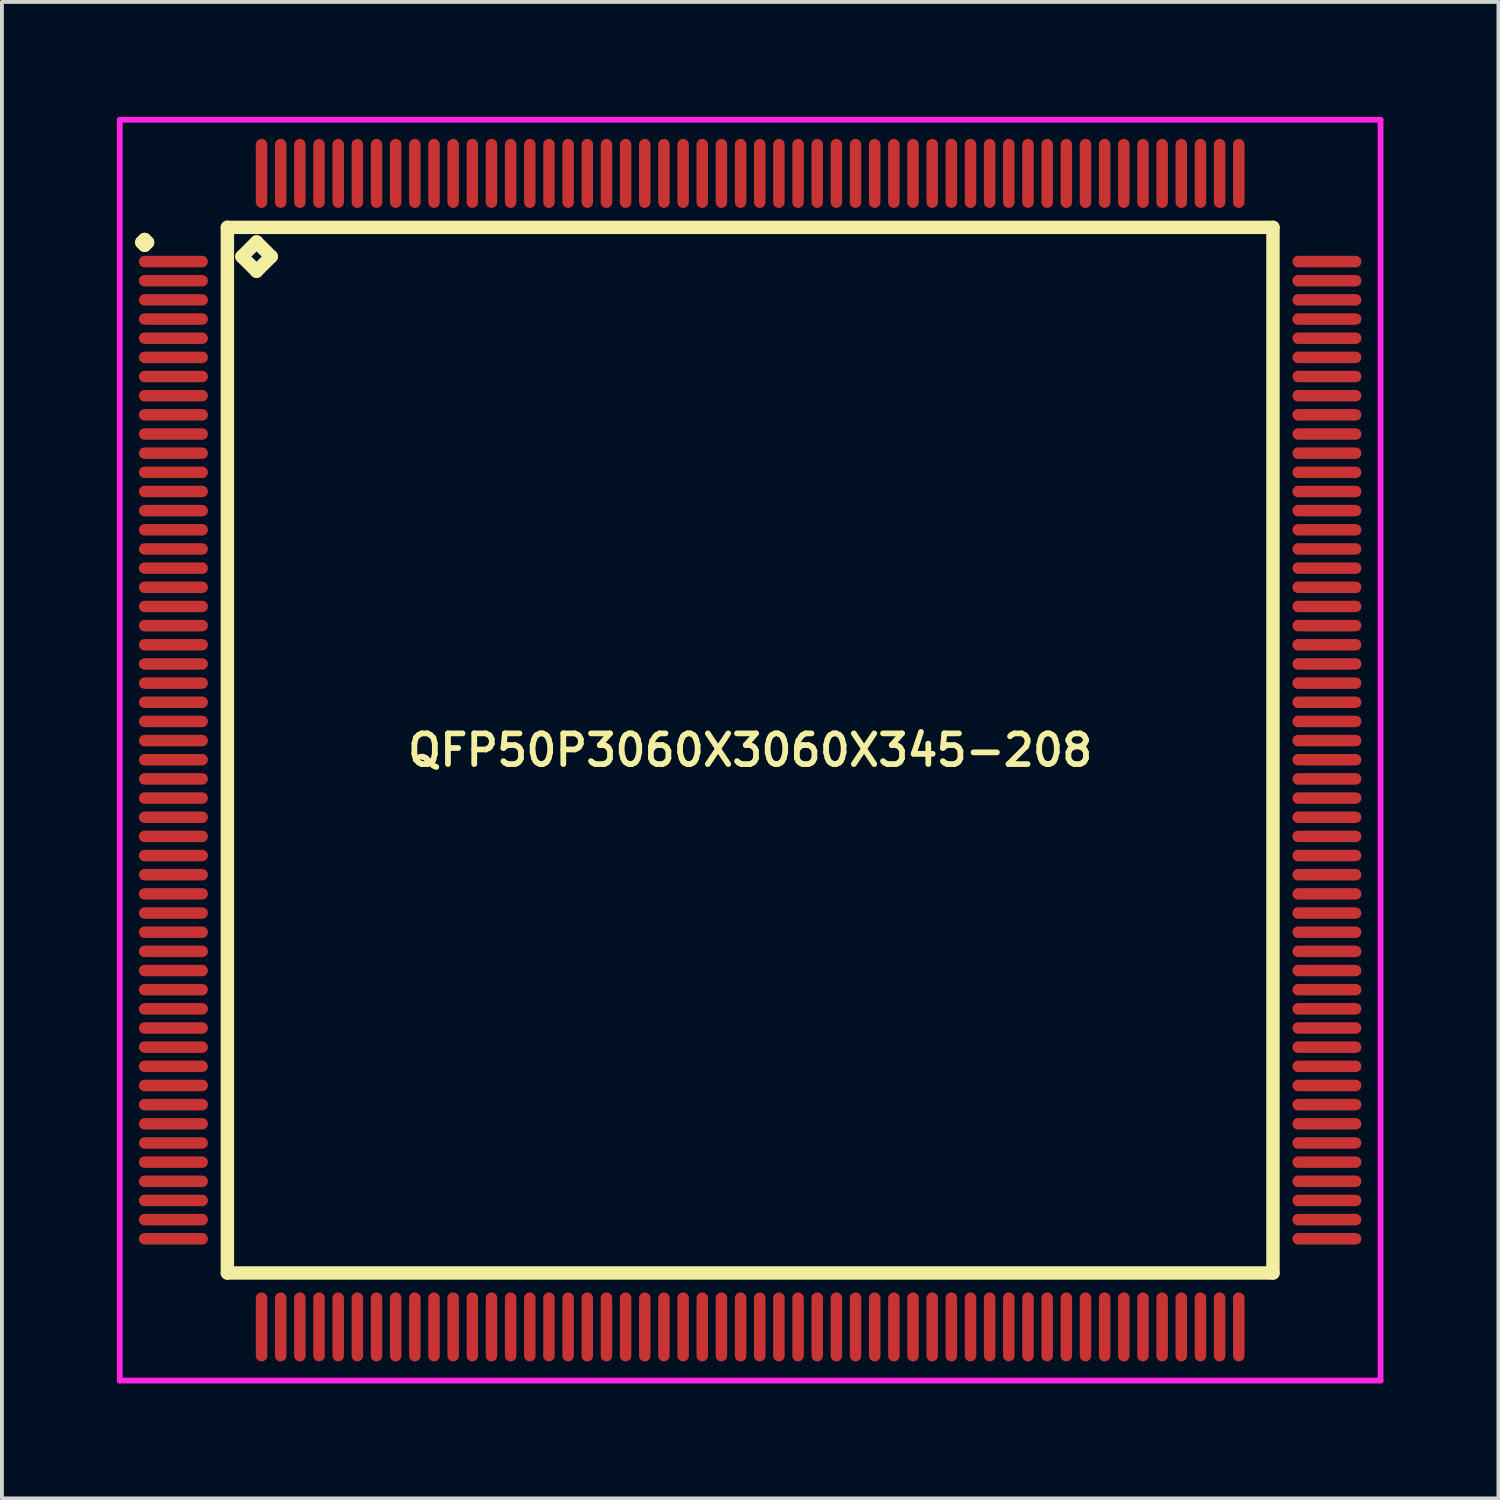
<source format=kicad_pcb>
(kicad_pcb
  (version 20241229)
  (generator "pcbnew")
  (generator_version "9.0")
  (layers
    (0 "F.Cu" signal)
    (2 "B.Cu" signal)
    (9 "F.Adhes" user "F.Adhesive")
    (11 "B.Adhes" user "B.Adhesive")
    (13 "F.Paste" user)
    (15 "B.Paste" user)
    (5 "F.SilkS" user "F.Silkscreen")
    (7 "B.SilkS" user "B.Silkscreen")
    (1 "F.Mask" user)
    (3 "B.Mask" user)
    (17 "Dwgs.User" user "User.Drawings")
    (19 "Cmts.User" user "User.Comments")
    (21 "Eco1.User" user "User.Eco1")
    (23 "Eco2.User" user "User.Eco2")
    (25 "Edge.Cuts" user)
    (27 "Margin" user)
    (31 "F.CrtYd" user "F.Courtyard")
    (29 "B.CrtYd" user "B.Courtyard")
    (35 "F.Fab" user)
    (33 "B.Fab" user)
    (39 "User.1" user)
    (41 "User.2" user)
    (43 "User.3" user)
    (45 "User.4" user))
  (footprint "QFP50P3060X3060X345-208"
    (layer "F.Cu")
    (at 16.525 16.525)
    (property "Reference" "QFP50P3060X3060X345-208" (at 0 0 0) (layer "F.SilkS") (effects (font (size 0.8 0.8) (thickness 0.15))))
    (attr through_hole)
    (fp_line (start -15.875 -13.25) (end -15.8 -13.325) (stroke (width 0.35) (type solid)) (layer "F.SilkS"))
    (fp_line (start -15.8 -13.325) (end -15.725 -13.25) (stroke (width 0.35) (type solid)) (layer "F.SilkS"))
    (fp_line (start -15.8 -13.175) (end -15.875 -13.25) (stroke (width 0.35) (type solid)) (layer "F.SilkS"))
    (fp_line (start -15.725 -13.25) (end -15.8 -13.175) (stroke (width 0.35) (type solid)) (layer "F.SilkS"))
    (fp_line (start -13.642 -13.642) (end -13.642 13.642) (stroke (width 0.35) (type solid)) (layer "F.SilkS"))
    (fp_line (start -13.642 13.642) (end 13.642 13.642) (stroke (width 0.35) (type solid)) (layer "F.SilkS"))
    (fp_line (start -13.261 -12.88) (end -12.88 -13.261) (stroke (width 0.35) (type solid)) (layer "F.SilkS"))
    (fp_line (start -12.88 -13.261) (end -12.499 -12.88) (stroke (width 0.35) (type solid)) (layer "F.SilkS"))
    (fp_line (start -12.88 -12.499) (end -13.261 -12.88) (stroke (width 0.35) (type solid)) (layer "F.SilkS"))
    (fp_line (start -12.499 -12.88) (end -12.88 -12.499) (stroke (width 0.35) (type solid)) (layer "F.SilkS"))
    (fp_line (start 13.642 -13.642) (end -13.642 -13.642) (stroke (width 0.35) (type solid)) (layer "F.SilkS"))
    (fp_line (start 13.642 13.642) (end 13.642 -13.642) (stroke (width 0.35) (type solid)) (layer "F.SilkS"))
    (fp_line (start -16.45 -16.45) (end 16.45 -16.45) (stroke (width 0.15) (type solid)) (layer "F.CrtYd"))
    (fp_line (start -16.45 16.45) (end -16.45 -16.45) (stroke (width 0.15) (type solid)) (layer "F.CrtYd"))
    (fp_line (start 16.45 -16.45) (end 16.45 16.45) (stroke (width 0.15) (type solid)) (layer "F.CrtYd"))
    (fp_line (start 16.45 16.45) (end -16.45 16.45) (stroke (width 0.15) (type solid)) (layer "F.CrtYd"))
    (pad "1" smd oval (at -15.05 -12.75) (size 1.8 0.3) (layers "F.Cu" "F.Mask" "F.Paste"))
    (pad "2" smd oval (at -15.05 -12.25) (size 1.8 0.3) (layers "F.Cu" "F.Mask" "F.Paste"))
    (pad "3" smd oval (at -15.05 -11.75) (size 1.8 0.3) (layers "F.Cu" "F.Mask" "F.Paste"))
    (pad "4" smd oval (at -15.05 -11.25) (size 1.8 0.3) (layers "F.Cu" "F.Mask" "F.Paste"))
    (pad "5" smd oval (at -15.05 -10.75) (size 1.8 0.3) (layers "F.Cu" "F.Mask" "F.Paste"))
    (pad "6" smd oval (at -15.05 -10.25) (size 1.8 0.3) (layers "F.Cu" "F.Mask" "F.Paste"))
    (pad "7" smd oval (at -15.05 -9.75) (size 1.8 0.3) (layers "F.Cu" "F.Mask" "F.Paste"))
    (pad "8" smd oval (at -15.05 -9.25) (size 1.8 0.3) (layers "F.Cu" "F.Mask" "F.Paste"))
    (pad "9" smd oval (at -15.05 -8.75) (size 1.8 0.3) (layers "F.Cu" "F.Mask" "F.Paste"))
    (pad "10" smd oval (at -15.05 -8.25) (size 1.8 0.3) (layers "F.Cu" "F.Mask" "F.Paste"))
    (pad "11" smd oval (at -15.05 -7.75) (size 1.8 0.3) (layers "F.Cu" "F.Mask" "F.Paste"))
    (pad "12" smd oval (at -15.05 -7.25) (size 1.8 0.3) (layers "F.Cu" "F.Mask" "F.Paste"))
    (pad "13" smd oval (at -15.05 -6.75) (size 1.8 0.3) (layers "F.Cu" "F.Mask" "F.Paste"))
    (pad "14" smd oval (at -15.05 -6.25) (size 1.8 0.3) (layers "F.Cu" "F.Mask" "F.Paste"))
    (pad "15" smd oval (at -15.05 -5.75) (size 1.8 0.3) (layers "F.Cu" "F.Mask" "F.Paste"))
    (pad "16" smd oval (at -15.05 -5.25) (size 1.8 0.3) (layers "F.Cu" "F.Mask" "F.Paste"))
    (pad "17" smd oval (at -15.05 -4.75) (size 1.8 0.3) (layers "F.Cu" "F.Mask" "F.Paste"))
    (pad "18" smd oval (at -15.05 -4.25) (size 1.8 0.3) (layers "F.Cu" "F.Mask" "F.Paste"))
    (pad "19" smd oval (at -15.05 -3.75) (size 1.8 0.3) (layers "F.Cu" "F.Mask" "F.Paste"))
    (pad "20" smd oval (at -15.05 -3.25) (size 1.8 0.3) (layers "F.Cu" "F.Mask" "F.Paste"))
    (pad "21" smd oval (at -15.05 -2.75) (size 1.8 0.3) (layers "F.Cu" "F.Mask" "F.Paste"))
    (pad "22" smd oval (at -15.05 -2.25) (size 1.8 0.3) (layers "F.Cu" "F.Mask" "F.Paste"))
    (pad "23" smd oval (at -15.05 -1.75) (size 1.8 0.3) (layers "F.Cu" "F.Mask" "F.Paste"))
    (pad "24" smd oval (at -15.05 -1.25) (size 1.8 0.3) (layers "F.Cu" "F.Mask" "F.Paste"))
    (pad "25" smd oval (at -15.05 -0.75) (size 1.8 0.3) (layers "F.Cu" "F.Mask" "F.Paste"))
    (pad "26" smd oval (at -15.05 -0.25) (size 1.8 0.3) (layers "F.Cu" "F.Mask" "F.Paste"))
    (pad "27" smd oval (at -15.05 0.25) (size 1.8 0.3) (layers "F.Cu" "F.Mask" "F.Paste"))
    (pad "28" smd oval (at -15.05 0.75) (size 1.8 0.3) (layers "F.Cu" "F.Mask" "F.Paste"))
    (pad "29" smd oval (at -15.05 1.25) (size 1.8 0.3) (layers "F.Cu" "F.Mask" "F.Paste"))
    (pad "30" smd oval (at -15.05 1.75) (size 1.8 0.3) (layers "F.Cu" "F.Mask" "F.Paste"))
    (pad "31" smd oval (at -15.05 2.25) (size 1.8 0.3) (layers "F.Cu" "F.Mask" "F.Paste"))
    (pad "32" smd oval (at -15.05 2.75) (size 1.8 0.3) (layers "F.Cu" "F.Mask" "F.Paste"))
    (pad "33" smd oval (at -15.05 3.25) (size 1.8 0.3) (layers "F.Cu" "F.Mask" "F.Paste"))
    (pad "34" smd oval (at -15.05 3.75) (size 1.8 0.3) (layers "F.Cu" "F.Mask" "F.Paste"))
    (pad "35" smd oval (at -15.05 4.25) (size 1.8 0.3) (layers "F.Cu" "F.Mask" "F.Paste"))
    (pad "36" smd oval (at -15.05 4.75) (size 1.8 0.3) (layers "F.Cu" "F.Mask" "F.Paste"))
    (pad "37" smd oval (at -15.05 5.25) (size 1.8 0.3) (layers "F.Cu" "F.Mask" "F.Paste"))
    (pad "38" smd oval (at -15.05 5.75) (size 1.8 0.3) (layers "F.Cu" "F.Mask" "F.Paste"))
    (pad "39" smd oval (at -15.05 6.25) (size 1.8 0.3) (layers "F.Cu" "F.Mask" "F.Paste"))
    (pad "40" smd oval (at -15.05 6.75) (size 1.8 0.3) (layers "F.Cu" "F.Mask" "F.Paste"))
    (pad "41" smd oval (at -15.05 7.25) (size 1.8 0.3) (layers "F.Cu" "F.Mask" "F.Paste"))
    (pad "42" smd oval (at -15.05 7.75) (size 1.8 0.3) (layers "F.Cu" "F.Mask" "F.Paste"))
    (pad "43" smd oval (at -15.05 8.25) (size 1.8 0.3) (layers "F.Cu" "F.Mask" "F.Paste"))
    (pad "44" smd oval (at -15.05 8.75) (size 1.8 0.3) (layers "F.Cu" "F.Mask" "F.Paste"))
    (pad "45" smd oval (at -15.05 9.25) (size 1.8 0.3) (layers "F.Cu" "F.Mask" "F.Paste"))
    (pad "46" smd oval (at -15.05 9.75) (size 1.8 0.3) (layers "F.Cu" "F.Mask" "F.Paste"))
    (pad "47" smd oval (at -15.05 10.25) (size 1.8 0.3) (layers "F.Cu" "F.Mask" "F.Paste"))
    (pad "48" smd oval (at -15.05 10.75) (size 1.8 0.3) (layers "F.Cu" "F.Mask" "F.Paste"))
    (pad "49" smd oval (at -15.05 11.25) (size 1.8 0.3) (layers "F.Cu" "F.Mask" "F.Paste"))
    (pad "50" smd oval (at -15.05 11.75) (size 1.8 0.3) (layers "F.Cu" "F.Mask" "F.Paste"))
    (pad "51" smd oval (at -15.05 12.25) (size 1.8 0.3) (layers "F.Cu" "F.Mask" "F.Paste"))
    (pad "52" smd oval (at -15.05 12.75) (size 1.8 0.3) (layers "F.Cu" "F.Mask" "F.Paste"))
    (pad "53" smd oval (at -12.75 15.05) (size 0.3 1.8) (layers "F.Cu" "F.Mask" "F.Paste"))
    (pad "54" smd oval (at -12.25 15.05) (size 0.3 1.8) (layers "F.Cu" "F.Mask" "F.Paste"))
    (pad "55" smd oval (at -11.75 15.05) (size 0.3 1.8) (layers "F.Cu" "F.Mask" "F.Paste"))
    (pad "56" smd oval (at -11.25 15.05) (size 0.3 1.8) (layers "F.Cu" "F.Mask" "F.Paste"))
    (pad "57" smd oval (at -10.75 15.05) (size 0.3 1.8) (layers "F.Cu" "F.Mask" "F.Paste"))
    (pad "58" smd oval (at -10.25 15.05) (size 0.3 1.8) (layers "F.Cu" "F.Mask" "F.Paste"))
    (pad "59" smd oval (at -9.75 15.05) (size 0.3 1.8) (layers "F.Cu" "F.Mask" "F.Paste"))
    (pad "60" smd oval (at -9.25 15.05) (size 0.3 1.8) (layers "F.Cu" "F.Mask" "F.Paste"))
    (pad "61" smd oval (at -8.75 15.05) (size 0.3 1.8) (layers "F.Cu" "F.Mask" "F.Paste"))
    (pad "62" smd oval (at -8.25 15.05) (size 0.3 1.8) (layers "F.Cu" "F.Mask" "F.Paste"))
    (pad "63" smd oval (at -7.75 15.05) (size 0.3 1.8) (layers "F.Cu" "F.Mask" "F.Paste"))
    (pad "64" smd oval (at -7.25 15.05) (size 0.3 1.8) (layers "F.Cu" "F.Mask" "F.Paste"))
    (pad "65" smd oval (at -6.75 15.05) (size 0.3 1.8) (layers "F.Cu" "F.Mask" "F.Paste"))
    (pad "66" smd oval (at -6.25 15.05) (size 0.3 1.8) (layers "F.Cu" "F.Mask" "F.Paste"))
    (pad "67" smd oval (at -5.75 15.05) (size 0.3 1.8) (layers "F.Cu" "F.Mask" "F.Paste"))
    (pad "68" smd oval (at -5.25 15.05) (size 0.3 1.8) (layers "F.Cu" "F.Mask" "F.Paste"))
    (pad "69" smd oval (at -4.75 15.05) (size 0.3 1.8) (layers "F.Cu" "F.Mask" "F.Paste"))
    (pad "70" smd oval (at -4.25 15.05) (size 0.3 1.8) (layers "F.Cu" "F.Mask" "F.Paste"))
    (pad "71" smd oval (at -3.75 15.05) (size 0.3 1.8) (layers "F.Cu" "F.Mask" "F.Paste"))
    (pad "72" smd oval (at -3.25 15.05) (size 0.3 1.8) (layers "F.Cu" "F.Mask" "F.Paste"))
    (pad "73" smd oval (at -2.75 15.05) (size 0.3 1.8) (layers "F.Cu" "F.Mask" "F.Paste"))
    (pad "74" smd oval (at -2.25 15.05) (size 0.3 1.8) (layers "F.Cu" "F.Mask" "F.Paste"))
    (pad "75" smd oval (at -1.75 15.05) (size 0.3 1.8) (layers "F.Cu" "F.Mask" "F.Paste"))
    (pad "76" smd oval (at -1.25 15.05) (size 0.3 1.8) (layers "F.Cu" "F.Mask" "F.Paste"))
    (pad "77" smd oval (at -0.75 15.05) (size 0.3 1.8) (layers "F.Cu" "F.Mask" "F.Paste"))
    (pad "78" smd oval (at -0.25 15.05) (size 0.3 1.8) (layers "F.Cu" "F.Mask" "F.Paste"))
    (pad "79" smd oval (at 0.25 15.05) (size 0.3 1.8) (layers "F.Cu" "F.Mask" "F.Paste"))
    (pad "80" smd oval (at 0.75 15.05) (size 0.3 1.8) (layers "F.Cu" "F.Mask" "F.Paste"))
    (pad "81" smd oval (at 1.25 15.05) (size 0.3 1.8) (layers "F.Cu" "F.Mask" "F.Paste"))
    (pad "82" smd oval (at 1.75 15.05) (size 0.3 1.8) (layers "F.Cu" "F.Mask" "F.Paste"))
    (pad "83" smd oval (at 2.25 15.05) (size 0.3 1.8) (layers "F.Cu" "F.Mask" "F.Paste"))
    (pad "84" smd oval (at 2.75 15.05) (size 0.3 1.8) (layers "F.Cu" "F.Mask" "F.Paste"))
    (pad "85" smd oval (at 3.25 15.05) (size 0.3 1.8) (layers "F.Cu" "F.Mask" "F.Paste"))
    (pad "86" smd oval (at 3.75 15.05) (size 0.3 1.8) (layers "F.Cu" "F.Mask" "F.Paste"))
    (pad "87" smd oval (at 4.25 15.05) (size 0.3 1.8) (layers "F.Cu" "F.Mask" "F.Paste"))
    (pad "88" smd oval (at 4.75 15.05) (size 0.3 1.8) (layers "F.Cu" "F.Mask" "F.Paste"))
    (pad "89" smd oval (at 5.25 15.05) (size 0.3 1.8) (layers "F.Cu" "F.Mask" "F.Paste"))
    (pad "90" smd oval (at 5.75 15.05) (size 0.3 1.8) (layers "F.Cu" "F.Mask" "F.Paste"))
    (pad "91" smd oval (at 6.25 15.05) (size 0.3 1.8) (layers "F.Cu" "F.Mask" "F.Paste"))
    (pad "92" smd oval (at 6.75 15.05) (size 0.3 1.8) (layers "F.Cu" "F.Mask" "F.Paste"))
    (pad "93" smd oval (at 7.25 15.05) (size 0.3 1.8) (layers "F.Cu" "F.Mask" "F.Paste"))
    (pad "94" smd oval (at 7.75 15.05) (size 0.3 1.8) (layers "F.Cu" "F.Mask" "F.Paste"))
    (pad "95" smd oval (at 8.25 15.05) (size 0.3 1.8) (layers "F.Cu" "F.Mask" "F.Paste"))
    (pad "96" smd oval (at 8.75 15.05) (size 0.3 1.8) (layers "F.Cu" "F.Mask" "F.Paste"))
    (pad "97" smd oval (at 9.25 15.05) (size 0.3 1.8) (layers "F.Cu" "F.Mask" "F.Paste"))
    (pad "98" smd oval (at 9.75 15.05) (size 0.3 1.8) (layers "F.Cu" "F.Mask" "F.Paste"))
    (pad "99" smd oval (at 10.25 15.05) (size 0.3 1.8) (layers "F.Cu" "F.Mask" "F.Paste"))
    (pad "100" smd oval (at 10.75 15.05) (size 0.3 1.8) (layers "F.Cu" "F.Mask" "F.Paste"))
    (pad "101" smd oval (at 11.25 15.05) (size 0.3 1.8) (layers "F.Cu" "F.Mask" "F.Paste"))
    (pad "102" smd oval (at 11.75 15.05) (size 0.3 1.8) (layers "F.Cu" "F.Mask" "F.Paste"))
    (pad "103" smd oval (at 12.25 15.05) (size 0.3 1.8) (layers "F.Cu" "F.Mask" "F.Paste"))
    (pad "104" smd oval (at 12.75 15.05) (size 0.3 1.8) (layers "F.Cu" "F.Mask" "F.Paste"))
    (pad "105" smd oval (at 15.05 12.75) (size 1.8 0.3) (layers "F.Cu" "F.Mask" "F.Paste"))
    (pad "106" smd oval (at 15.05 12.25) (size 1.8 0.3) (layers "F.Cu" "F.Mask" "F.Paste"))
    (pad "107" smd oval (at 15.05 11.75) (size 1.8 0.3) (layers "F.Cu" "F.Mask" "F.Paste"))
    (pad "108" smd oval (at 15.05 11.25) (size 1.8 0.3) (layers "F.Cu" "F.Mask" "F.Paste"))
    (pad "109" smd oval (at 15.05 10.75) (size 1.8 0.3) (layers "F.Cu" "F.Mask" "F.Paste"))
    (pad "110" smd oval (at 15.05 10.25) (size 1.8 0.3) (layers "F.Cu" "F.Mask" "F.Paste"))
    (pad "111" smd oval (at 15.05 9.75) (size 1.8 0.3) (layers "F.Cu" "F.Mask" "F.Paste"))
    (pad "112" smd oval (at 15.05 9.25) (size 1.8 0.3) (layers "F.Cu" "F.Mask" "F.Paste"))
    (pad "113" smd oval (at 15.05 8.75) (size 1.8 0.3) (layers "F.Cu" "F.Mask" "F.Paste"))
    (pad "114" smd oval (at 15.05 8.25) (size 1.8 0.3) (layers "F.Cu" "F.Mask" "F.Paste"))
    (pad "115" smd oval (at 15.05 7.75) (size 1.8 0.3) (layers "F.Cu" "F.Mask" "F.Paste"))
    (pad "116" smd oval (at 15.05 7.25) (size 1.8 0.3) (layers "F.Cu" "F.Mask" "F.Paste"))
    (pad "117" smd oval (at 15.05 6.75) (size 1.8 0.3) (layers "F.Cu" "F.Mask" "F.Paste"))
    (pad "118" smd oval (at 15.05 6.25) (size 1.8 0.3) (layers "F.Cu" "F.Mask" "F.Paste"))
    (pad "119" smd oval (at 15.05 5.75) (size 1.8 0.3) (layers "F.Cu" "F.Mask" "F.Paste"))
    (pad "120" smd oval (at 15.05 5.25) (size 1.8 0.3) (layers "F.Cu" "F.Mask" "F.Paste"))
    (pad "121" smd oval (at 15.05 4.75) (size 1.8 0.3) (layers "F.Cu" "F.Mask" "F.Paste"))
    (pad "122" smd oval (at 15.05 4.25) (size 1.8 0.3) (layers "F.Cu" "F.Mask" "F.Paste"))
    (pad "123" smd oval (at 15.05 3.75) (size 1.8 0.3) (layers "F.Cu" "F.Mask" "F.Paste"))
    (pad "124" smd oval (at 15.05 3.25) (size 1.8 0.3) (layers "F.Cu" "F.Mask" "F.Paste"))
    (pad "125" smd oval (at 15.05 2.75) (size 1.8 0.3) (layers "F.Cu" "F.Mask" "F.Paste"))
    (pad "126" smd oval (at 15.05 2.25) (size 1.8 0.3) (layers "F.Cu" "F.Mask" "F.Paste"))
    (pad "127" smd oval (at 15.05 1.75) (size 1.8 0.3) (layers "F.Cu" "F.Mask" "F.Paste"))
    (pad "128" smd oval (at 15.05 1.25) (size 1.8 0.3) (layers "F.Cu" "F.Mask" "F.Paste"))
    (pad "129" smd oval (at 15.05 0.75) (size 1.8 0.3) (layers "F.Cu" "F.Mask" "F.Paste"))
    (pad "130" smd oval (at 15.05 0.25) (size 1.8 0.3) (layers "F.Cu" "F.Mask" "F.Paste"))
    (pad "131" smd oval (at 15.05 -0.25) (size 1.8 0.3) (layers "F.Cu" "F.Mask" "F.Paste"))
    (pad "132" smd oval (at 15.05 -0.75) (size 1.8 0.3) (layers "F.Cu" "F.Mask" "F.Paste"))
    (pad "133" smd oval (at 15.05 -1.25) (size 1.8 0.3) (layers "F.Cu" "F.Mask" "F.Paste"))
    (pad "134" smd oval (at 15.05 -1.75) (size 1.8 0.3) (layers "F.Cu" "F.Mask" "F.Paste"))
    (pad "135" smd oval (at 15.05 -2.25) (size 1.8 0.3) (layers "F.Cu" "F.Mask" "F.Paste"))
    (pad "136" smd oval (at 15.05 -2.75) (size 1.8 0.3) (layers "F.Cu" "F.Mask" "F.Paste"))
    (pad "137" smd oval (at 15.05 -3.25) (size 1.8 0.3) (layers "F.Cu" "F.Mask" "F.Paste"))
    (pad "138" smd oval (at 15.05 -3.75) (size 1.8 0.3) (layers "F.Cu" "F.Mask" "F.Paste"))
    (pad "139" smd oval (at 15.05 -4.25) (size 1.8 0.3) (layers "F.Cu" "F.Mask" "F.Paste"))
    (pad "140" smd oval (at 15.05 -4.75) (size 1.8 0.3) (layers "F.Cu" "F.Mask" "F.Paste"))
    (pad "141" smd oval (at 15.05 -5.25) (size 1.8 0.3) (layers "F.Cu" "F.Mask" "F.Paste"))
    (pad "142" smd oval (at 15.05 -5.75) (size 1.8 0.3) (layers "F.Cu" "F.Mask" "F.Paste"))
    (pad "143" smd oval (at 15.05 -6.25) (size 1.8 0.3) (layers "F.Cu" "F.Mask" "F.Paste"))
    (pad "144" smd oval (at 15.05 -6.75) (size 1.8 0.3) (layers "F.Cu" "F.Mask" "F.Paste"))
    (pad "145" smd oval (at 15.05 -7.25) (size 1.8 0.3) (layers "F.Cu" "F.Mask" "F.Paste"))
    (pad "146" smd oval (at 15.05 -7.75) (size 1.8 0.3) (layers "F.Cu" "F.Mask" "F.Paste"))
    (pad "147" smd oval (at 15.05 -8.25) (size 1.8 0.3) (layers "F.Cu" "F.Mask" "F.Paste"))
    (pad "148" smd oval (at 15.05 -8.75) (size 1.8 0.3) (layers "F.Cu" "F.Mask" "F.Paste"))
    (pad "149" smd oval (at 15.05 -9.25) (size 1.8 0.3) (layers "F.Cu" "F.Mask" "F.Paste"))
    (pad "150" smd oval (at 15.05 -9.75) (size 1.8 0.3) (layers "F.Cu" "F.Mask" "F.Paste"))
    (pad "151" smd oval (at 15.05 -10.25) (size 1.8 0.3) (layers "F.Cu" "F.Mask" "F.Paste"))
    (pad "152" smd oval (at 15.05 -10.75) (size 1.8 0.3) (layers "F.Cu" "F.Mask" "F.Paste"))
    (pad "153" smd oval (at 15.05 -11.25) (size 1.8 0.3) (layers "F.Cu" "F.Mask" "F.Paste"))
    (pad "154" smd oval (at 15.05 -11.75) (size 1.8 0.3) (layers "F.Cu" "F.Mask" "F.Paste"))
    (pad "155" smd oval (at 15.05 -12.25) (size 1.8 0.3) (layers "F.Cu" "F.Mask" "F.Paste"))
    (pad "156" smd oval (at 15.05 -12.75) (size 1.8 0.3) (layers "F.Cu" "F.Mask" "F.Paste"))
    (pad "157" smd oval (at 12.75 -15.05) (size 0.3 1.8) (layers "F.Cu" "F.Mask" "F.Paste"))
    (pad "158" smd oval (at 12.25 -15.05) (size 0.3 1.8) (layers "F.Cu" "F.Mask" "F.Paste"))
    (pad "159" smd oval (at 11.75 -15.05) (size 0.3 1.8) (layers "F.Cu" "F.Mask" "F.Paste"))
    (pad "160" smd oval (at 11.25 -15.05) (size 0.3 1.8) (layers "F.Cu" "F.Mask" "F.Paste"))
    (pad "161" smd oval (at 10.75 -15.05) (size 0.3 1.8) (layers "F.Cu" "F.Mask" "F.Paste"))
    (pad "162" smd oval (at 10.25 -15.05) (size 0.3 1.8) (layers "F.Cu" "F.Mask" "F.Paste"))
    (pad "163" smd oval (at 9.75 -15.05) (size 0.3 1.8) (layers "F.Cu" "F.Mask" "F.Paste"))
    (pad "164" smd oval (at 9.25 -15.05) (size 0.3 1.8) (layers "F.Cu" "F.Mask" "F.Paste"))
    (pad "165" smd oval (at 8.75 -15.05) (size 0.3 1.8) (layers "F.Cu" "F.Mask" "F.Paste"))
    (pad "166" smd oval (at 8.25 -15.05) (size 0.3 1.8) (layers "F.Cu" "F.Mask" "F.Paste"))
    (pad "167" smd oval (at 7.75 -15.05) (size 0.3 1.8) (layers "F.Cu" "F.Mask" "F.Paste"))
    (pad "168" smd oval (at 7.25 -15.05) (size 0.3 1.8) (layers "F.Cu" "F.Mask" "F.Paste"))
    (pad "169" smd oval (at 6.75 -15.05) (size 0.3 1.8) (layers "F.Cu" "F.Mask" "F.Paste"))
    (pad "170" smd oval (at 6.25 -15.05) (size 0.3 1.8) (layers "F.Cu" "F.Mask" "F.Paste"))
    (pad "171" smd oval (at 5.75 -15.05) (size 0.3 1.8) (layers "F.Cu" "F.Mask" "F.Paste"))
    (pad "172" smd oval (at 5.25 -15.05) (size 0.3 1.8) (layers "F.Cu" "F.Mask" "F.Paste"))
    (pad "173" smd oval (at 4.75 -15.05) (size 0.3 1.8) (layers "F.Cu" "F.Mask" "F.Paste"))
    (pad "174" smd oval (at 4.25 -15.05) (size 0.3 1.8) (layers "F.Cu" "F.Mask" "F.Paste"))
    (pad "175" smd oval (at 3.75 -15.05) (size 0.3 1.8) (layers "F.Cu" "F.Mask" "F.Paste"))
    (pad "176" smd oval (at 3.25 -15.05) (size 0.3 1.8) (layers "F.Cu" "F.Mask" "F.Paste"))
    (pad "177" smd oval (at 2.75 -15.05) (size 0.3 1.8) (layers "F.Cu" "F.Mask" "F.Paste"))
    (pad "178" smd oval (at 2.25 -15.05) (size 0.3 1.8) (layers "F.Cu" "F.Mask" "F.Paste"))
    (pad "179" smd oval (at 1.75 -15.05) (size 0.3 1.8) (layers "F.Cu" "F.Mask" "F.Paste"))
    (pad "180" smd oval (at 1.25 -15.05) (size 0.3 1.8) (layers "F.Cu" "F.Mask" "F.Paste"))
    (pad "181" smd oval (at 0.75 -15.05) (size 0.3 1.8) (layers "F.Cu" "F.Mask" "F.Paste"))
    (pad "182" smd oval (at 0.25 -15.05) (size 0.3 1.8) (layers "F.Cu" "F.Mask" "F.Paste"))
    (pad "183" smd oval (at -0.25 -15.05) (size 0.3 1.8) (layers "F.Cu" "F.Mask" "F.Paste"))
    (pad "184" smd oval (at -0.75 -15.05) (size 0.3 1.8) (layers "F.Cu" "F.Mask" "F.Paste"))
    (pad "185" smd oval (at -1.25 -15.05) (size 0.3 1.8) (layers "F.Cu" "F.Mask" "F.Paste"))
    (pad "186" smd oval (at -1.75 -15.05) (size 0.3 1.8) (layers "F.Cu" "F.Mask" "F.Paste"))
    (pad "187" smd oval (at -2.25 -15.05) (size 0.3 1.8) (layers "F.Cu" "F.Mask" "F.Paste"))
    (pad "188" smd oval (at -2.75 -15.05) (size 0.3 1.8) (layers "F.Cu" "F.Mask" "F.Paste"))
    (pad "189" smd oval (at -3.25 -15.05) (size 0.3 1.8) (layers "F.Cu" "F.Mask" "F.Paste"))
    (pad "190" smd oval (at -3.75 -15.05) (size 0.3 1.8) (layers "F.Cu" "F.Mask" "F.Paste"))
    (pad "191" smd oval (at -4.25 -15.05) (size 0.3 1.8) (layers "F.Cu" "F.Mask" "F.Paste"))
    (pad "192" smd oval (at -4.75 -15.05) (size 0.3 1.8) (layers "F.Cu" "F.Mask" "F.Paste"))
    (pad "193" smd oval (at -5.25 -15.05) (size 0.3 1.8) (layers "F.Cu" "F.Mask" "F.Paste"))
    (pad "194" smd oval (at -5.75 -15.05) (size 0.3 1.8) (layers "F.Cu" "F.Mask" "F.Paste"))
    (pad "195" smd oval (at -6.25 -15.05) (size 0.3 1.8) (layers "F.Cu" "F.Mask" "F.Paste"))
    (pad "196" smd oval (at -6.75 -15.05) (size 0.3 1.8) (layers "F.Cu" "F.Mask" "F.Paste"))
    (pad "197" smd oval (at -7.25 -15.05) (size 0.3 1.8) (layers "F.Cu" "F.Mask" "F.Paste"))
    (pad "198" smd oval (at -7.75 -15.05) (size 0.3 1.8) (layers "F.Cu" "F.Mask" "F.Paste"))
    (pad "199" smd oval (at -8.25 -15.05) (size 0.3 1.8) (layers "F.Cu" "F.Mask" "F.Paste"))
    (pad "200" smd oval (at -8.75 -15.05) (size 0.3 1.8) (layers "F.Cu" "F.Mask" "F.Paste"))
    (pad "201" smd oval (at -9.25 -15.05) (size 0.3 1.8) (layers "F.Cu" "F.Mask" "F.Paste"))
    (pad "202" smd oval (at -9.75 -15.05) (size 0.3 1.8) (layers "F.Cu" "F.Mask" "F.Paste"))
    (pad "203" smd oval (at -10.25 -15.05) (size 0.3 1.8) (layers "F.Cu" "F.Mask" "F.Paste"))
    (pad "204" smd oval (at -10.75 -15.05) (size 0.3 1.8) (layers "F.Cu" "F.Mask" "F.Paste"))
    (pad "205" smd oval (at -11.25 -15.05) (size 0.3 1.8) (layers "F.Cu" "F.Mask" "F.Paste"))
    (pad "206" smd oval (at -11.75 -15.05) (size 0.3 1.8) (layers "F.Cu" "F.Mask" "F.Paste"))
    (pad "207" smd oval (at -12.25 -15.05) (size 0.3 1.8) (layers "F.Cu" "F.Mask" "F.Paste"))
    (pad "208" smd oval (at -12.75 -15.05) (size 0.3 1.8) (layers "F.Cu" "F.Mask" "F.Paste")))
  (gr_rect
    (start -3 -3)
    (end 36.05 36.05)
    (stroke (width 0.1) (type default))
    (fill no)
    (layer "Edge.Cuts")))
</source>
